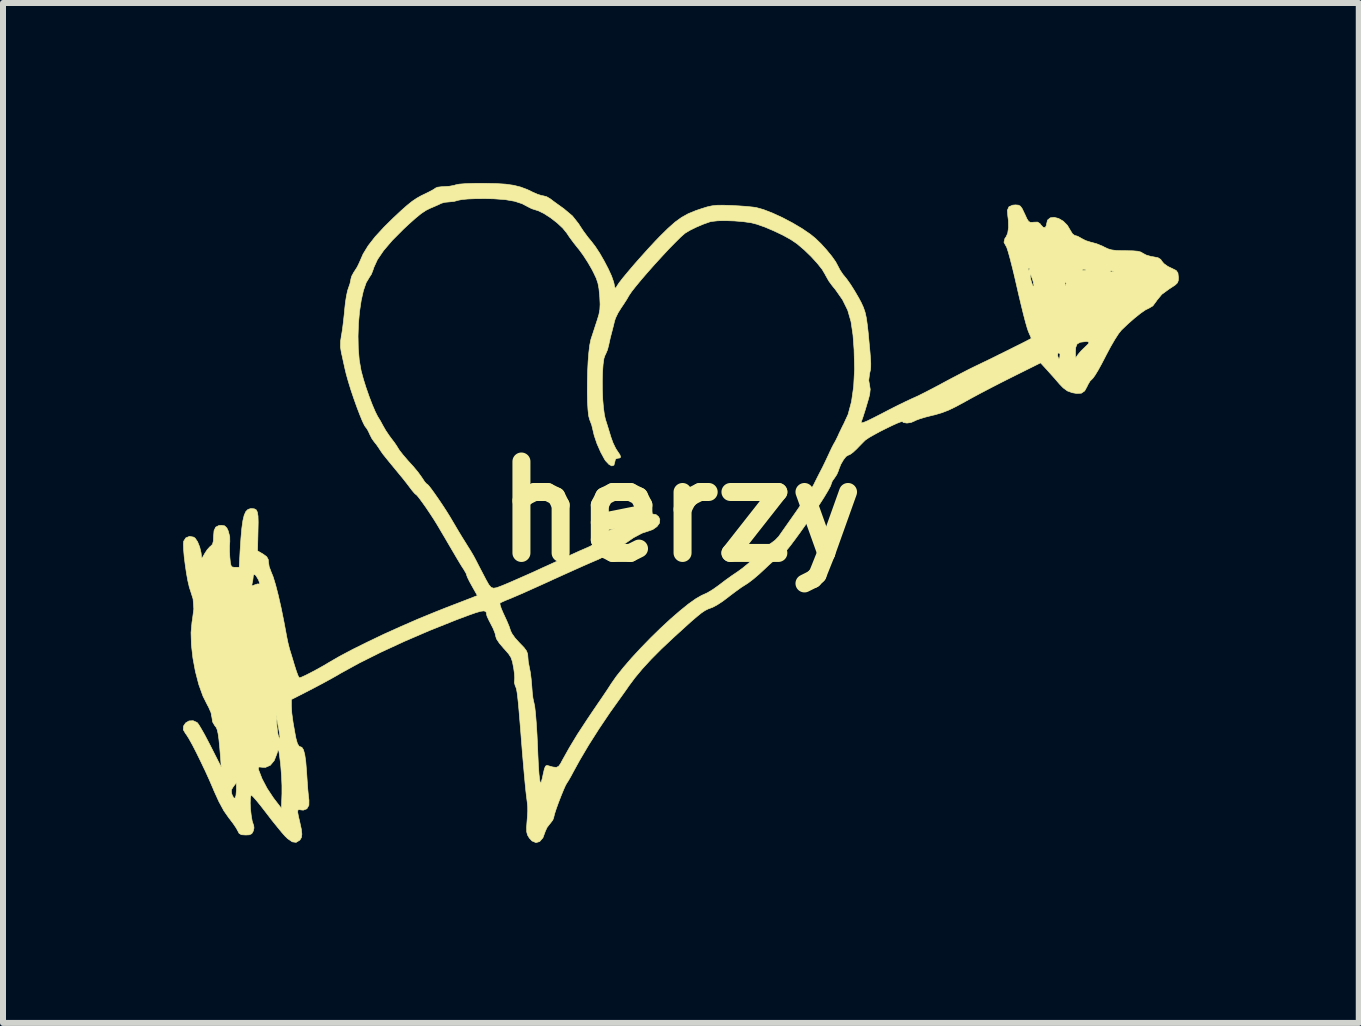
<source format=kicad_pcb>
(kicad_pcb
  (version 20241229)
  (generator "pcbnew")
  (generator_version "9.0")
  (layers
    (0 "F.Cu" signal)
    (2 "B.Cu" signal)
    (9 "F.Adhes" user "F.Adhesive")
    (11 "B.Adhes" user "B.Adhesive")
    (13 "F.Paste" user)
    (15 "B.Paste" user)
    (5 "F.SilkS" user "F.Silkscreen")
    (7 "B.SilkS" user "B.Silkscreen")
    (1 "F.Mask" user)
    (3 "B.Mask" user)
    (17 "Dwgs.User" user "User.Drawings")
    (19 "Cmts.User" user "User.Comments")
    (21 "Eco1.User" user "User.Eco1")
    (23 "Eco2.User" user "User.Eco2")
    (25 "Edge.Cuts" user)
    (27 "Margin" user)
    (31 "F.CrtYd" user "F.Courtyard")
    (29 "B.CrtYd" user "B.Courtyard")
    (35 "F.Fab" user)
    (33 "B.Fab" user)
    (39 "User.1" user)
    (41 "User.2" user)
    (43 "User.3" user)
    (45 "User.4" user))
  (footprint "herzy"
    (layer "F.Cu")
    (at 8.289 5.476)
    (property "Reference" "herzy" (at 0 0 0) (layer "F.SilkS") (effects (font (size 1.524 1.524) (thickness 0.3))))
    (attr through_hole)
    (fp_poly (pts (xy -3.071 -5.467) (xy -2.911 -5.457) (xy -2.779 -5.438) (xy -2.663 -5.409) (xy -2.553 -5.368) (xy -2.462 -5.324) (xy -2.382 -5.289) (xy -2.313 -5.267) (xy -2.287 -5.263) (xy -2.229 -5.248) (xy -2.166 -5.211) (xy -2.165 -5.21) (xy -2.111 -5.169) (xy -2.031 -5.111) (xy -1.943 -5.048) (xy -1.937 -5.043) (xy -1.799 -4.927) (xy -1.693 -4.793) (xy -1.683 -4.775) (xy -1.616 -4.674) (xy -1.539 -4.57) (xy -1.484 -4.504) (xy -1.418 -4.418) (xy -1.344 -4.305) (xy -1.27 -4.176) (xy -1.202 -4.046) (xy -1.147 -3.926) (xy -1.113 -3.829) (xy -1.106 -3.801) (xy -1.094 -3.74) (xy -1.083 -3.722) (xy -1.066 -3.742) (xy -1.059 -3.755) (xy -1.023 -3.81) (xy -0.958 -3.894) (xy -0.87 -4) (xy -0.767 -4.121) (xy -0.653 -4.25) (xy -0.536 -4.38) (xy -0.422 -4.503) (xy -0.343 -4.585) (xy -0.206 -4.72) (xy -0.089 -4.824) (xy 0.019 -4.902) (xy 0.13 -4.964) (xy 0.254 -5.015) (xy 0.351 -5.048) (xy 0.447 -5.078) (xy 0.529 -5.096) (xy 0.611 -5.105) (xy 0.712 -5.106) (xy 0.842 -5.102) (xy 0.974 -5.095) (xy 1.101 -5.086) (xy 1.207 -5.075) (xy 1.261 -5.068) (xy 1.383 -5.034) (xy 1.533 -4.976) (xy 1.699 -4.9) (xy 1.868 -4.811) (xy 2.027 -4.717) (xy 2.165 -4.623) (xy 2.25 -4.554) (xy 2.344 -4.463) (xy 2.438 -4.359) (xy 2.523 -4.255) (xy 2.588 -4.163) (xy 2.618 -4.107) (xy 2.661 -4.025) (xy 2.709 -3.953) (xy 2.726 -3.933) (xy 2.773 -3.875) (xy 2.836 -3.786) (xy 2.904 -3.678) (xy 2.97 -3.565) (xy 3.013 -3.485) (xy 3.05 -3.404) (xy 3.078 -3.323) (xy 3.099 -3.229) (xy 3.116 -3.109) (xy 3.131 -2.975) (xy 3.148 -2.791) (xy 3.161 -2.649) (xy 3.169 -2.544) (xy 3.173 -2.466) (xy 3.172 -2.408) (xy 3.168 -2.363) (xy 3.159 -2.324) (xy 3.154 -2.304) (xy 3.139 -2.188) (xy 3.152 -2.112) (xy 3.164 -2.038) (xy 3.155 -1.954) (xy 3.137 -1.883) (xy 3.084 -1.704) (xy 3.043 -1.575) (xy 3.014 -1.493) (xy 3.012 -1.49) (xy 3.017 -1.477) (xy 3.052 -1.485) (xy 3.12 -1.513) (xy 3.225 -1.565) (xy 3.358 -1.633) (xy 3.496 -1.705) (xy 3.631 -1.773) (xy 3.752 -1.832) (xy 3.846 -1.876) (xy 3.877 -1.89) (xy 3.957 -1.926) (xy 4.067 -1.981) (xy 4.195 -2.047) (xy 4.328 -2.117) (xy 4.36 -2.135) (xy 4.504 -2.212) (xy 4.657 -2.292) (xy 4.802 -2.367) (xy 4.922 -2.426) (xy 4.933 -2.431) (xy 5.047 -2.486) (xy 5.176 -2.548) (xy 5.311 -2.615) (xy 5.314 -2.616) (xy 6.285 -2.616) (xy 6.294 -2.575) (xy 6.31 -2.544) (xy 6.32 -2.559) (xy 6.324 -2.576) (xy 6.327 -2.623) (xy 6.32 -2.638) (xy 6.296 -2.644) (xy 6.285 -2.616) (xy 5.314 -2.616) (xy 5.432 -2.675) (xy 6.585 -2.675) (xy 6.585 -2.557) (xy 6.629 -2.62) (xy 6.681 -2.681) (xy 6.743 -2.741) (xy 6.744 -2.742) (xy 6.798 -2.794) (xy 6.81 -2.824) (xy 6.778 -2.834) (xy 6.757 -2.834) (xy 6.664 -2.822) (xy 6.612 -2.793) (xy 6.589 -2.736) (xy 6.585 -2.675) (xy 5.432 -2.675) (xy 5.447 -2.682) (xy 5.574 -2.746) (xy 5.685 -2.801) (xy 5.773 -2.846) (xy 5.83 -2.876) (xy 5.848 -2.887) (xy 5.839 -2.911) (xy 5.815 -2.966) (xy 5.799 -3.003) (xy 5.78 -3.059) (xy 5.752 -3.156) (xy 5.718 -3.286) (xy 5.68 -3.441) (xy 5.639 -3.613) (xy 5.608 -3.748) (xy 5.568 -3.923) (xy 5.566 -3.932) (xy 5.829 -3.932) (xy 5.841 -3.867) (xy 5.848 -3.839) (xy 5.868 -3.778) (xy 5.884 -3.746) (xy 5.889 -3.745) (xy 5.891 -3.775) (xy 5.885 -3.803) (xy 6.409 -3.803) (xy 6.414 -3.77) (xy 6.423 -3.77) (xy 6.429 -3.804) (xy 6.425 -3.819) (xy 6.413 -3.828) (xy 6.409 -3.803) (xy 5.885 -3.803) (xy 5.879 -3.835) (xy 5.871 -3.862) (xy 5.846 -3.932) (xy 5.831 -3.955) (xy 5.829 -3.932) (xy 5.566 -3.932) (xy 5.55 -3.998) (xy 7.156 -3.998) (xy 7.181 -3.994) (xy 7.214 -3.998) (xy 7.214 -4.007) (xy 7.18 -4.013) (xy 7.165 -4.009) (xy 7.156 -3.998) (xy 5.55 -3.998) (xy 5.539 -4.043) (xy 5.797 -4.043) (xy 5.806 -4.022) (xy 5.809 -4.023) (xy 6.698 -4.023) (xy 6.723 -4.019) (xy 6.756 -4.024) (xy 6.756 -4.033) (xy 6.722 -4.039) (xy 6.708 -4.035) (xy 6.698 -4.023) (xy 5.809 -4.023) (xy 5.814 -4.026) (xy 5.817 -4.056) (xy 5.814 -4.06) (xy 5.799 -4.056) (xy 5.797 -4.043) (xy 5.539 -4.043) (xy 5.529 -4.082) (xy 5.494 -4.219) (xy 5.464 -4.327) (xy 5.441 -4.398) (xy 5.428 -4.424) (xy 5.393 -4.488) (xy 5.408 -4.551) (xy 5.426 -4.575) (xy 5.455 -4.637) (xy 5.469 -4.734) (xy 5.467 -4.849) (xy 5.457 -4.927) (xy 5.45 -5.022) (xy 5.476 -5.08) (xy 5.538 -5.107) (xy 5.585 -5.111) (xy 5.634 -5.107) (xy 5.667 -5.09) (xy 5.697 -5.048) (xy 5.734 -4.97) (xy 5.739 -4.96) (xy 5.776 -4.879) (xy 5.804 -4.836) (xy 5.833 -4.82) (xy 5.874 -4.821) (xy 5.888 -4.823) (xy 5.953 -4.825) (xy 5.994 -4.799) (xy 6.004 -4.783) (xy 6.046 -4.738) (xy 6.082 -4.735) (xy 6.101 -4.773) (xy 6.102 -4.788) (xy 6.119 -4.858) (xy 6.165 -4.896) (xy 6.229 -4.904) (xy 6.304 -4.885) (xy 6.381 -4.84) (xy 6.449 -4.772) (xy 6.5 -4.686) (xy 6.534 -4.63) (xy 6.57 -4.603) (xy 6.575 -4.602) (xy 6.623 -4.588) (xy 6.683 -4.554) (xy 6.684 -4.553) (xy 6.756 -4.516) (xy 6.842 -4.489) (xy 6.853 -4.487) (xy 6.939 -4.463) (xy 7.035 -4.424) (xy 7.065 -4.408) (xy 7.127 -4.379) (xy 7.189 -4.361) (xy 7.268 -4.351) (xy 7.377 -4.348) (xy 7.419 -4.348) (xy 7.541 -4.346) (xy 7.623 -4.339) (xy 7.676 -4.325) (xy 7.71 -4.304) (xy 7.764 -4.275) (xy 7.844 -4.252) (xy 7.877 -4.247) (xy 7.96 -4.231) (xy 8.006 -4.202) (xy 8.02 -4.179) (xy 8.058 -4.133) (xy 8.121 -4.088) (xy 8.134 -4.081) (xy 8.203 -4.048) (xy 8.257 -4.021) (xy 8.263 -4.018) (xy 8.292 -3.977) (xy 8.301 -3.902) (xy 8.298 -3.849) (xy 8.283 -3.811) (xy 8.244 -3.774) (xy 8.174 -3.728) (xy 8.149 -3.712) (xy 8.024 -3.621) (xy 7.943 -3.523) (xy 7.937 -3.513) (xy 7.874 -3.428) (xy 7.81 -3.39) (xy 7.754 -3.363) (xy 7.671 -3.306) (xy 7.571 -3.226) (xy 7.461 -3.13) (xy 7.351 -3.025) (xy 7.35 -3.024) (xy 7.303 -2.965) (xy 7.241 -2.869) (xy 7.17 -2.747) (xy 7.096 -2.608) (xy 7.084 -2.584) (xy 7.02 -2.461) (xy 6.961 -2.354) (xy 6.911 -2.272) (xy 6.875 -2.222) (xy 6.865 -2.212) (xy 6.827 -2.174) (xy 6.789 -2.109) (xy 6.78 -2.088) (xy 6.738 -2.011) (xy 6.683 -1.973) (xy 6.602 -1.969) (xy 6.532 -1.981) (xy 6.451 -2.01) (xy 6.379 -2.063) (xy 6.319 -2.125) (xy 6.24 -2.217) (xy 6.152 -2.315) (xy 6.11 -2.362) (xy 6.003 -2.479) (xy 5.525 -2.241) (xy 5.356 -2.156) (xy 5.179 -2.065) (xy 5.007 -1.975) (xy 4.854 -1.893) (xy 4.742 -1.831) (xy 4.593 -1.75) (xy 4.471 -1.691) (xy 4.36 -1.648) (xy 4.245 -1.614) (xy 4.197 -1.603) (xy 4.087 -1.575) (xy 3.991 -1.546) (xy 3.924 -1.521) (xy 3.905 -1.511) (xy 3.845 -1.485) (xy 3.776 -1.475) (xy 3.719 -1.484) (xy 3.7 -1.499) (xy 3.674 -1.496) (xy 3.614 -1.473) (xy 3.53 -1.435) (xy 3.431 -1.387) (xy 3.327 -1.335) (xy 3.23 -1.282) (xy 3.147 -1.235) (xy 3.091 -1.197) (xy 3.079 -1.188) (xy 3.039 -1.148) (xy 2.98 -1.088) (xy 2.94 -1.046) (xy 2.878 -0.988) (xy 2.825 -0.95) (xy 2.8 -0.941) (xy 2.762 -0.919) (xy 2.718 -0.863) (xy 2.674 -0.787) (xy 2.642 -0.706) (xy 2.636 -0.685) (xy 2.607 -0.617) (xy 2.569 -0.56) (xy 2.532 -0.508) (xy 2.517 -0.469) (xy 2.503 -0.427) (xy 2.461 -0.349) (xy 2.397 -0.242) (xy 2.313 -0.111) (xy 2.213 0.038) (xy 2.109 0.188) (xy 1.995 0.349) (xy 1.905 0.472) (xy 1.836 0.564) (xy 1.782 0.631) (xy 1.74 0.676) (xy 1.705 0.706) (xy 1.674 0.726) (xy 1.627 0.759) (xy 1.556 0.818) (xy 1.471 0.894) (xy 1.409 0.953) (xy 1.314 1.041) (xy 1.218 1.123) (xy 1.134 1.187) (xy 1.096 1.212) (xy 1.02 1.26) (xy 0.924 1.329) (xy 0.824 1.404) (xy 0.799 1.424) (xy 0.705 1.495) (xy 0.613 1.555) (xy 0.538 1.595) (xy 0.519 1.602) (xy 0.462 1.623) (xy 0.409 1.65) (xy 0.351 1.689) (xy 0.278 1.748) (xy 0.181 1.831) (xy 0.13 1.877) (xy -0.111 2.096) (xy -0.317 2.29) (xy -0.49 2.464) (xy -0.635 2.622) (xy -0.758 2.77) (xy -0.863 2.911) (xy -0.878 2.934) (xy -0.931 3.009) (xy -0.979 3.076) (xy -1.172 3.346) (xy -1.357 3.621) (xy -1.528 3.89) (xy -1.677 4.142) (xy -1.783 4.335) (xy -1.828 4.419) (xy -1.868 4.488) (xy -1.893 4.526) (xy -1.916 4.567) (xy -1.949 4.642) (xy -1.989 4.74) (xy -2.03 4.846) (xy -2.067 4.948) (xy -2.095 5.034) (xy -2.109 5.089) (xy -2.11 5.099) (xy -2.127 5.142) (xy -2.168 5.196) (xy -2.174 5.202) (xy -2.223 5.266) (xy -2.253 5.333) (xy -2.253 5.334) (xy -2.291 5.437) (xy -2.345 5.499) (xy -2.407 5.517) (xy -2.473 5.489) (xy -2.518 5.44) (xy -2.547 5.391) (xy -2.561 5.339) (xy -2.563 5.266) (xy -2.558 5.193) (xy -2.549 5.078) (xy -2.544 4.994) (xy -2.545 4.923) (xy -2.552 4.846) (xy -2.565 4.744) (xy -2.567 4.729) (xy -2.576 4.65) (xy -2.588 4.53) (xy -2.602 4.378) (xy -2.617 4.204) (xy -2.633 4.019) (xy -2.643 3.89) (xy -2.662 3.649) (xy -2.678 3.454) (xy -2.691 3.299) (xy -2.702 3.179) (xy -2.712 3.088) (xy -2.72 3.022) (xy -2.728 2.976) (xy -2.736 2.943) (xy -2.745 2.918) (xy -2.751 2.907) (xy -2.767 2.849) (xy -2.764 2.814) (xy -2.761 2.772) (xy -2.766 2.696) (xy -2.779 2.602) (xy -2.78 2.599) (xy -2.799 2.502) (xy -2.823 2.432) (xy -2.863 2.37) (xy -2.928 2.296) (xy -2.943 2.28) (xy -3.017 2.193) (xy -3.064 2.122) (xy -3.077 2.08) (xy -3.089 2.027) (xy -3.12 1.949) (xy -3.153 1.884) (xy -3.193 1.807) (xy -3.221 1.746) (xy -3.229 1.719) (xy -3.233 1.684) (xy -3.247 1.663) (xy -3.278 1.655) (xy -3.33 1.662) (xy -3.41 1.685) (xy -3.523 1.725) (xy -3.676 1.782) (xy -3.739 1.806) (xy -4.18 1.982) (xy -4.6 2.163) (xy -4.994 2.345) (xy -5.352 2.524) (xy -5.669 2.698) (xy -5.698 2.716) (xy -5.811 2.78) (xy -5.95 2.856) (xy -6.095 2.933) (xy -6.197 2.986) (xy -6.483 3.132) (xy -6.483 3.238) (xy -6.476 3.358) (xy -6.454 3.518) (xy -6.42 3.71) (xy -6.406 3.782) (xy -6.382 3.867) (xy -6.354 3.911) (xy -6.343 3.916) (xy -6.308 3.929) (xy -6.281 3.972) (xy -6.26 4.049) (xy -6.243 4.167) (xy -6.23 4.329) (xy -6.227 4.372) (xy -6.218 4.508) (xy -6.209 4.633) (xy -6.199 4.735) (xy -6.191 4.802) (xy -6.19 4.808) (xy -6.191 4.894) (xy -6.225 4.953) (xy -6.285 4.976) (xy -6.322 4.972) (xy -6.356 4.966) (xy -6.375 4.976) (xy -6.378 5.01) (xy -6.366 5.076) (xy -6.343 5.174) (xy -6.317 5.294) (xy -6.308 5.376) (xy -6.316 5.432) (xy -6.34 5.472) (xy -6.345 5.477) (xy -6.404 5.513) (xy -6.468 5.504) (xy -6.545 5.451) (xy -6.588 5.409) (xy -6.641 5.349) (xy -6.715 5.259) (xy -6.803 5.15) (xy -6.893 5.033) (xy -6.916 5.003) (xy -6.996 4.9) (xy -7.065 4.815) (xy -7.118 4.755) (xy -7.149 4.726) (xy -7.155 4.725) (xy -7.166 4.774) (xy -7.169 4.858) (xy -7.164 4.96) (xy -7.152 5.065) (xy -7.136 5.158) (xy -7.115 5.222) (xy -7.111 5.23) (xy -7.106 5.273) (xy -7.118 5.324) (xy -7.143 5.368) (xy -7.185 5.387) (xy -7.246 5.39) (xy -7.316 5.385) (xy -7.354 5.363) (xy -7.374 5.325) (xy -7.402 5.274) (xy -7.452 5.2) (xy -7.515 5.117) (xy -7.524 5.106) (xy -7.608 4.986) (xy -7.691 4.833) (xy -7.758 4.686) (xy -7.482 4.686) (xy -7.469 4.725) (xy -7.443 4.773) (xy -7.421 4.774) (xy -7.406 4.729) (xy -7.399 4.642) (xy -7.399 4.63) (xy -7.399 4.519) (xy -7.449 4.582) (xy -7.481 4.635) (xy -7.482 4.686) (xy -7.758 4.686) (xy -7.779 4.639) (xy -7.782 4.63) (xy -7.848 4.477) (xy -7.92 4.318) (xy -7.944 4.269) (xy -7.035 4.269) (xy -7.029 4.305) (xy -6.972 4.452) (xy -6.888 4.612) (xy -6.787 4.765) (xy -6.771 4.787) (xy -6.649 4.945) (xy -6.64 4.704) (xy -6.64 4.565) (xy -6.647 4.405) (xy -6.659 4.248) (xy -6.664 4.195) (xy -6.679 4.078) (xy -6.689 4.006) (xy -6.698 3.973) (xy -6.706 3.975) (xy -6.716 4.007) (xy -6.724 4.035) (xy -6.769 4.15) (xy -6.834 4.228) (xy -6.914 4.263) (xy -6.961 4.262) (xy -7.017 4.256) (xy -7.035 4.269) (xy -7.944 4.269) (xy -7.995 4.162) (xy -8.067 4.015) (xy -8.133 3.887) (xy -8.19 3.785) (xy -8.232 3.718) (xy -8.247 3.699) (xy -8.284 3.636) (xy -8.28 3.574) (xy -8.245 3.522) (xy -8.189 3.489) (xy -8.121 3.485) (xy -8.054 3.515) (xy -8.028 3.548) (xy -7.986 3.618) (xy -7.93 3.716) (xy -7.868 3.834) (xy -7.832 3.903) (xy -7.652 4.259) (xy -7.664 4.093) (xy -7.678 3.922) (xy -7.691 3.794) (xy -7.704 3.702) (xy -7.718 3.639) (xy -7.735 3.598) (xy -7.756 3.571) (xy -7.758 3.57) (xy -7.796 3.505) (xy -7.806 3.438) (xy -7.814 3.394) (xy -6.737 3.394) (xy -6.726 3.549) (xy -6.717 3.639) (xy -6.706 3.713) (xy -6.697 3.747) (xy -6.68 3.784) (xy -6.673 3.773) (xy -6.678 3.718) (xy -6.694 3.62) (xy -6.701 3.584) (xy -6.737 3.394) (xy -7.814 3.394) (xy -7.822 3.352) (xy -7.866 3.252) (xy -7.879 3.23) (xy -7.957 3.074) (xy -8.026 2.882) (xy -8.082 2.667) (xy -8.124 2.442) (xy -8.149 2.221) (xy -8.155 2.015) (xy -8.139 1.84) (xy -8.134 1.814) (xy -8.109 1.623) (xy -8.121 1.457) (xy -8.162 1.327) (xy -8.185 1.257) (xy -8.19 1.233) (xy -7.143 1.233) (xy -7.124 1.235) (xy -7.097 1.222) (xy -7.045 1.205) (xy -7.016 1.208) (xy -7.01 1.199) (xy -7.024 1.156) (xy -7.034 1.133) (xy -7.072 1.068) (xy -7.101 1.044) (xy -7.118 1.064) (xy -7.119 1.087) (xy -7.126 1.147) (xy -7.136 1.192) (xy -7.143 1.233) (xy -8.19 1.233) (xy -8.209 1.152) (xy -8.232 1.025) (xy -8.252 0.888) (xy -8.269 0.754) (xy -8.279 0.634) (xy -8.282 0.542) (xy -8.278 0.494) (xy -8.242 0.438) (xy -8.181 0.413) (xy -8.114 0.425) (xy -8.088 0.442) (xy -8.047 0.501) (xy -8.011 0.59) (xy -7.988 0.687) (xy -7.982 0.74) (xy -7.979 0.772) (xy -7.966 0.767) (xy -7.939 0.72) (xy -7.931 0.705) (xy -7.887 0.637) (xy -7.841 0.586) (xy -7.83 0.578) (xy -7.798 0.546) (xy -7.783 0.49) (xy -7.78 0.418) (xy -7.772 0.318) (xy -7.744 0.259) (xy -7.691 0.232) (xy -7.647 0.229) (xy -7.594 0.238) (xy -7.558 0.274) (xy -7.535 0.323) (xy -7.51 0.418) (xy -7.509 0.501) (xy -7.514 0.572) (xy -7.514 0.669) (xy -7.509 0.757) (xy -7.5 0.848) (xy -7.489 0.899) (xy -7.471 0.922) (xy -7.44 0.928) (xy -7.423 0.928) (xy -7.352 0.928) (xy -7.338 0.661) (xy -7.324 0.447) (xy -7.309 0.278) (xy -7.291 0.15) (xy -7.269 0.059) (xy -7.241 -0.002) (xy -7.206 -0.036) (xy -7.162 -0.05) (xy -7.146 -0.05) (xy -7.101 -0.046) (xy -7.069 -0.029) (xy -7.05 0.009) (xy -7.039 0.074) (xy -7.036 0.175) (xy -7.039 0.318) (xy -7.039 0.326) (xy -7.047 0.654) (xy -6.956 0.707) (xy -6.894 0.752) (xy -6.868 0.8) (xy -6.865 0.839) (xy -6.853 0.918) (xy -6.823 0.998) (xy -6.823 0.999) (xy -6.787 1.087) (xy -6.746 1.221) (xy -6.701 1.396) (xy -6.653 1.608) (xy -6.604 1.851) (xy -6.559 2.092) (xy -6.54 2.185) (xy -6.518 2.272) (xy -6.512 2.295) (xy -6.492 2.36) (xy -6.463 2.454) (xy -6.432 2.559) (xy -6.427 2.574) (xy -6.398 2.665) (xy -6.372 2.734) (xy -6.353 2.769) (xy -6.349 2.771) (xy -6.313 2.759) (xy -6.243 2.727) (xy -6.151 2.68) (xy -6.046 2.624) (xy -5.939 2.564) (xy -5.859 2.516) (xy -5.681 2.413) (xy -5.464 2.298) (xy -5.216 2.175) (xy -4.947 2.046) (xy -4.663 1.918) (xy -4.374 1.792) (xy -4.089 1.675) (xy -3.903 1.601) (xy -3.765 1.548) (xy -3.64 1.5) (xy -3.537 1.46) (xy -3.466 1.433) (xy -3.44 1.422) (xy -3.383 1.4) (xy -3.471 1.244) (xy -3.515 1.164) (xy -3.547 1.099) (xy -3.56 1.065) (xy -3.56 1.064) (xy -3.572 1.028) (xy -3.604 0.974) (xy -3.605 0.971) (xy -3.624 0.942) (xy -3.641 0.916) (xy -3.661 0.884) (xy -3.688 0.839) (xy -3.727 0.774) (xy -3.782 0.68) (xy -3.858 0.551) (xy -3.922 0.441) (xy -3.983 0.338) (xy -4.031 0.256) (xy -4.055 0.216) (xy -4.107 0.132) (xy -4.169 0.037) (xy -4.234 -0.06) (xy -4.297 -0.149) (xy -4.35 -0.221) (xy -4.388 -0.268) (xy -4.401 -0.28) (xy -4.425 -0.299) (xy -4.467 -0.347) (xy -4.498 -0.388) (xy -4.565 -0.476) (xy -4.637 -0.567) (xy -4.66 -0.594) (xy -4.718 -0.665) (xy -4.788 -0.75) (xy -4.858 -0.835) (xy -4.916 -0.907) (xy -4.954 -0.954) (xy -4.954 -0.954) (xy -4.981 -0.992) (xy -5.02 -1.05) (xy -5.023 -1.056) (xy -5.067 -1.119) (xy -5.106 -1.167) (xy -5.107 -1.169) (xy -5.141 -1.217) (xy -5.176 -1.285) (xy -5.18 -1.296) (xy -5.21 -1.357) (xy -5.234 -1.395) (xy -5.238 -1.398) (xy -5.263 -1.433) (xy -5.299 -1.507) (xy -5.342 -1.612) (xy -5.391 -1.74) (xy -5.441 -1.88) (xy -5.49 -2.025) (xy -5.533 -2.164) (xy -5.569 -2.291) (xy -5.591 -2.384) (xy -5.615 -2.492) (xy -5.64 -2.607) (xy -5.649 -2.644) (xy -5.665 -2.743) (xy -5.663 -2.842) (xy -5.65 -2.925) (xy -5.372 -2.925) (xy -5.368 -2.72) (xy -5.352 -2.527) (xy -5.322 -2.354) (xy -5.317 -2.333) (xy -5.282 -2.204) (xy -5.237 -2.061) (xy -5.186 -1.915) (xy -5.134 -1.779) (xy -5.085 -1.665) (xy -5.045 -1.585) (xy -5.039 -1.576) (xy -4.998 -1.509) (xy -4.956 -1.431) (xy -4.952 -1.424) (xy -4.91 -1.351) (xy -4.852 -1.265) (xy -4.819 -1.22) (xy -4.766 -1.151) (xy -4.726 -1.092) (xy -4.712 -1.068) (xy -4.682 -1.021) (xy -4.623 -0.946) (xy -4.54 -0.849) (xy -4.44 -0.739) (xy -4.439 -0.737) (xy -4.373 -0.658) (xy -4.312 -0.573) (xy -4.299 -0.553) (xy -4.26 -0.495) (xy -4.229 -0.461) (xy -4.221 -0.458) (xy -4.199 -0.438) (xy -4.156 -0.384) (xy -4.098 -0.304) (xy -4.031 -0.208) (xy -3.961 -0.104) (xy -3.894 -0.001) (xy -3.839 0.088) (xy -3.787 0.176) (xy -3.728 0.276) (xy -3.702 0.32) (xy -3.643 0.418) (xy -3.576 0.525) (xy -3.547 0.572) (xy -3.495 0.655) (xy -3.45 0.731) (xy -3.43 0.768) (xy -3.401 0.823) (xy -3.358 0.907) (xy -3.308 1.003) (xy -3.298 1.022) (xy -3.237 1.139) (xy -3.193 1.217) (xy -3.155 1.262) (xy -3.115 1.277) (xy -3.064 1.269) (xy -2.993 1.243) (xy -2.943 1.223) (xy -2.862 1.189) (xy -2.745 1.138) (xy -2.602 1.075) (xy -2.444 1.005) (xy -2.282 0.93) (xy -2.248 0.915) (xy -2.088 0.842) (xy -1.934 0.771) (xy -1.794 0.708) (xy -1.68 0.656) (xy -1.599 0.621) (xy -1.585 0.615) (xy -1.502 0.578) (xy -1.457 0.55) (xy -1.439 0.522) (xy -1.44 0.483) (xy -1.442 0.464) (xy -1.448 0.408) (xy -1.431 0.385) (xy -1.384 0.381) (xy -1.333 0.371) (xy -1.25 0.341) (xy -1.144 0.297) (xy -1.031 0.245) (xy -0.837 0.154) (xy -0.681 0.09) (xy -0.561 0.052) (xy -0.47 0.039) (xy -0.405 0.051) (xy -0.363 0.086) (xy -0.343 0.129) (xy -0.347 0.19) (xy -0.39 0.25) (xy -0.46 0.299) (xy -0.518 0.32) (xy -0.639 0.36) (xy -0.779 0.434) (xy -0.942 0.546) (xy -0.979 0.573) (xy -1.093 0.65) (xy -1.231 0.729) (xy -1.371 0.798) (xy -1.398 0.809) (xy -1.496 0.851) (xy -1.628 0.909) (xy -1.784 0.979) (xy -1.953 1.055) (xy -2.123 1.132) (xy -2.161 1.15) (xy -2.322 1.223) (xy -2.478 1.293) (xy -2.618 1.356) (xy -2.734 1.406) (xy -2.816 1.441) (xy -2.835 1.449) (xy -2.917 1.482) (xy -2.979 1.51) (xy -3.007 1.525) (xy -3.005 1.554) (xy -2.985 1.616) (xy -2.949 1.7) (xy -2.936 1.727) (xy -2.891 1.825) (xy -2.854 1.913) (xy -2.833 1.976) (xy -2.831 1.984) (xy -2.806 2.035) (xy -2.755 2.107) (xy -2.686 2.183) (xy -2.68 2.189) (xy -2.606 2.266) (xy -2.564 2.323) (xy -2.545 2.374) (xy -2.542 2.415) (xy -2.535 2.501) (xy -2.517 2.595) (xy -2.515 2.606) (xy -2.5 2.682) (xy -2.487 2.787) (xy -2.477 2.9) (xy -2.476 2.911) (xy -2.468 3.017) (xy -2.457 3.109) (xy -2.444 3.172) (xy -2.442 3.178) (xy -2.428 3.243) (xy -2.415 3.356) (xy -2.402 3.516) (xy -2.389 3.719) (xy -2.378 3.963) (xy -2.375 4.043) (xy -2.366 4.232) (xy -2.356 4.376) (xy -2.345 4.473) (xy -2.333 4.52) (xy -2.327 4.526) (xy -2.317 4.503) (xy -2.301 4.444) (xy -2.286 4.373) (xy -2.266 4.286) (xy -2.247 4.242) (xy -2.224 4.23) (xy -2.215 4.232) (xy -2.124 4.257) (xy -2.067 4.263) (xy -2.029 4.245) (xy -1.996 4.199) (xy -1.972 4.153) (xy -1.85 3.935) (xy -1.714 3.71) (xy -1.554 3.466) (xy -1.462 3.329) (xy -1.377 3.204) (xy -1.295 3.084) (xy -1.224 2.979) (xy -1.172 2.899) (xy -1.157 2.875) (xy -1.067 2.746) (xy -0.95 2.599) (xy -0.812 2.439) (xy -0.659 2.274) (xy -0.497 2.107) (xy -0.331 1.945) (xy -0.167 1.793) (xy -0.01 1.657) (xy 0.133 1.541) (xy 0.257 1.453) (xy 0.356 1.396) (xy 0.382 1.385) (xy 0.455 1.351) (xy 0.547 1.295) (xy 0.641 1.228) (xy 0.65 1.221) (xy 0.751 1.144) (xy 0.86 1.066) (xy 0.952 1.004) (xy 1.036 0.943) (xy 1.136 0.861) (xy 1.236 0.77) (xy 1.268 0.739) (xy 1.352 0.658) (xy 1.432 0.588) (xy 1.495 0.538) (xy 1.516 0.524) (xy 1.58 0.476) (xy 1.642 0.411) (xy 1.648 0.401) (xy 1.807 0.175) (xy 1.939 -0.013) (xy 2.044 -0.167) (xy 2.125 -0.289) (xy 2.184 -0.383) (xy 2.224 -0.452) (xy 2.234 -0.473) (xy 2.276 -0.557) (xy 2.314 -0.632) (xy 2.329 -0.661) (xy 2.369 -0.738) (xy 2.417 -0.837) (xy 2.48 -0.971) (xy 2.489 -0.992) (xy 2.525 -1.067) (xy 2.556 -1.127) (xy 2.567 -1.144) (xy 2.591 -1.189) (xy 2.626 -1.26) (xy 2.642 -1.297) (xy 2.678 -1.372) (xy 2.707 -1.432) (xy 2.717 -1.449) (xy 2.795 -1.619) (xy 2.852 -1.832) (xy 2.888 -2.085) (xy 2.903 -2.374) (xy 2.895 -2.697) (xy 2.877 -2.942) (xy 2.844 -3.165) (xy 2.789 -3.356) (xy 2.703 -3.53) (xy 2.582 -3.703) (xy 2.533 -3.762) (xy 2.473 -3.844) (xy 2.421 -3.936) (xy 2.413 -3.952) (xy 2.364 -4.035) (xy 2.283 -4.137) (xy 2.18 -4.25) (xy 2.064 -4.362) (xy 1.945 -4.463) (xy 1.941 -4.466) (xy 1.842 -4.533) (xy 1.71 -4.606) (xy 1.561 -4.677) (xy 1.411 -4.741) (xy 1.275 -4.789) (xy 1.182 -4.813) (xy 1.048 -4.832) (xy 0.901 -4.844) (xy 0.755 -4.849) (xy 0.626 -4.847) (xy 0.526 -4.836) (xy 0.496 -4.83) (xy 0.385 -4.791) (xy 0.269 -4.742) (xy 0.163 -4.69) (xy 0.084 -4.643) (xy 0.073 -4.635) (xy 0.007 -4.577) (xy -0.082 -4.489) (xy -0.188 -4.381) (xy -0.303 -4.257) (xy -0.423 -4.126) (xy -0.54 -3.994) (xy -0.648 -3.869) (xy -0.74 -3.758) (xy -0.811 -3.668) (xy -0.853 -3.606) (xy -0.857 -3.6) (xy -0.893 -3.537) (xy -0.946 -3.455) (xy -0.986 -3.396) (xy -1.039 -3.311) (xy -1.08 -3.226) (xy -1.096 -3.178) (xy -1.117 -3.092) (xy -1.141 -2.998) (xy -1.144 -2.987) (xy -1.169 -2.891) (xy -1.191 -2.79) (xy -1.193 -2.78) (xy -1.215 -2.695) (xy -1.247 -2.62) (xy -1.254 -2.609) (xy -1.274 -2.552) (xy -1.288 -2.454) (xy -1.297 -2.327) (xy -1.301 -2.181) (xy -1.3 -2.026) (xy -1.294 -1.872) (xy -1.282 -1.731) (xy -1.266 -1.612) (xy -1.249 -1.537) (xy -1.213 -1.424) (xy -1.176 -1.303) (xy -1.158 -1.243) (xy -1.123 -1.146) (xy -1.079 -1.055) (xy -1.054 -1.015) (xy -1.008 -0.947) (xy -0.995 -0.908) (xy -1.016 -0.892) (xy -1.042 -0.89) (xy -1.082 -0.875) (xy -1.093 -0.826) (xy -1.107 -0.774) (xy -1.142 -0.761) (xy -1.19 -0.786) (xy -1.246 -0.846) (xy -1.263 -0.871) (xy -1.329 -0.993) (xy -1.39 -1.132) (xy -1.436 -1.268) (xy -1.456 -1.353) (xy -1.478 -1.444) (xy -1.512 -1.533) (xy -1.513 -1.535) (xy -1.529 -1.597) (xy -1.54 -1.7) (xy -1.548 -1.834) (xy -1.551 -1.991) (xy -1.55 -2.161) (xy -1.546 -2.333) (xy -1.538 -2.499) (xy -1.526 -2.649) (xy -1.511 -2.773) (xy -1.493 -2.862) (xy -1.49 -2.873) (xy -1.457 -2.973) (xy -1.418 -3.093) (xy -1.386 -3.191) (xy -1.357 -3.287) (xy -1.342 -3.369) (xy -1.338 -3.456) (xy -1.343 -3.568) (xy -1.345 -3.598) (xy -1.357 -3.716) (xy -1.374 -3.806) (xy -1.402 -3.889) (xy -1.448 -3.986) (xy -1.476 -4.04) (xy -1.542 -4.154) (xy -1.617 -4.27) (xy -1.687 -4.366) (xy -1.704 -4.386) (xy -1.777 -4.478) (xy -1.85 -4.577) (xy -1.894 -4.643) (xy -1.96 -4.724) (xy -2.054 -4.812) (xy -2.164 -4.897) (xy -2.274 -4.968) (xy -2.371 -5.015) (xy -2.402 -5.024) (xy -2.477 -5.048) (xy -2.531 -5.075) (xy -2.637 -5.131) (xy -2.763 -5.172) (xy -2.918 -5.199) (xy -3.109 -5.213) (xy -3.253 -5.216) (xy -3.408 -5.215) (xy -3.539 -5.21) (xy -3.638 -5.201) (xy -3.694 -5.19) (xy -3.695 -5.19) (xy -3.773 -5.169) (xy -3.854 -5.161) (xy -3.928 -5.154) (xy -3.984 -5.138) (xy -3.986 -5.137) (xy -4.033 -5.114) (xy -4.108 -5.081) (xy -4.17 -5.055) (xy -4.24 -5.02) (xy -4.32 -4.967) (xy -4.414 -4.89) (xy -4.532 -4.785) (xy -4.615 -4.707) (xy -4.803 -4.518) (xy -4.947 -4.349) (xy -5.049 -4.199) (xy -5.11 -4.065) (xy -5.121 -4.029) (xy -5.15 -3.955) (xy -5.184 -3.903) (xy -5.237 -3.814) (xy -5.282 -3.684) (xy -5.319 -3.521) (xy -5.347 -3.334) (xy -5.365 -3.133) (xy -5.372 -2.925) (xy -5.65 -2.925) (xy -5.649 -2.93) (xy -5.633 -3.027) (xy -5.617 -3.153) (xy -5.602 -3.29) (xy -5.596 -3.357) (xy -5.583 -3.48) (xy -5.565 -3.595) (xy -5.545 -3.686) (xy -5.533 -3.722) (xy -5.507 -3.797) (xy -5.493 -3.861) (xy -5.492 -3.872) (xy -5.477 -3.925) (xy -5.441 -3.991) (xy -5.433 -4.002) (xy -5.385 -4.077) (xy -5.349 -4.152) (xy -5.347 -4.157) (xy -5.288 -4.292) (xy -5.203 -4.431) (xy -5.087 -4.58) (xy -4.936 -4.744) (xy -4.793 -4.885) (xy -4.661 -5.009) (xy -4.556 -5.102) (xy -4.47 -5.171) (xy -4.393 -5.223) (xy -4.318 -5.265) (xy -4.278 -5.284) (xy -4.19 -5.327) (xy -4.121 -5.364) (xy -4.083 -5.389) (xy -4.08 -5.392) (xy -4.048 -5.406) (xy -3.983 -5.414) (xy -3.941 -5.416) (xy -3.85 -5.422) (xy -3.769 -5.437) (xy -3.746 -5.445) (xy -3.688 -5.457) (xy -3.585 -5.465) (xy -3.443 -5.47) (xy -3.271 -5.471) (xy -3.071 -5.467)) (stroke (width 0.01) (type solid)) (fill yes) (layer "F.SilkS")))
  (gr_rect
    (start -3 -3)
    (end 19.595 13.998)
    (stroke (width 0.1) (type default))
    (fill no)
    (layer "Edge.Cuts")))
</source>
